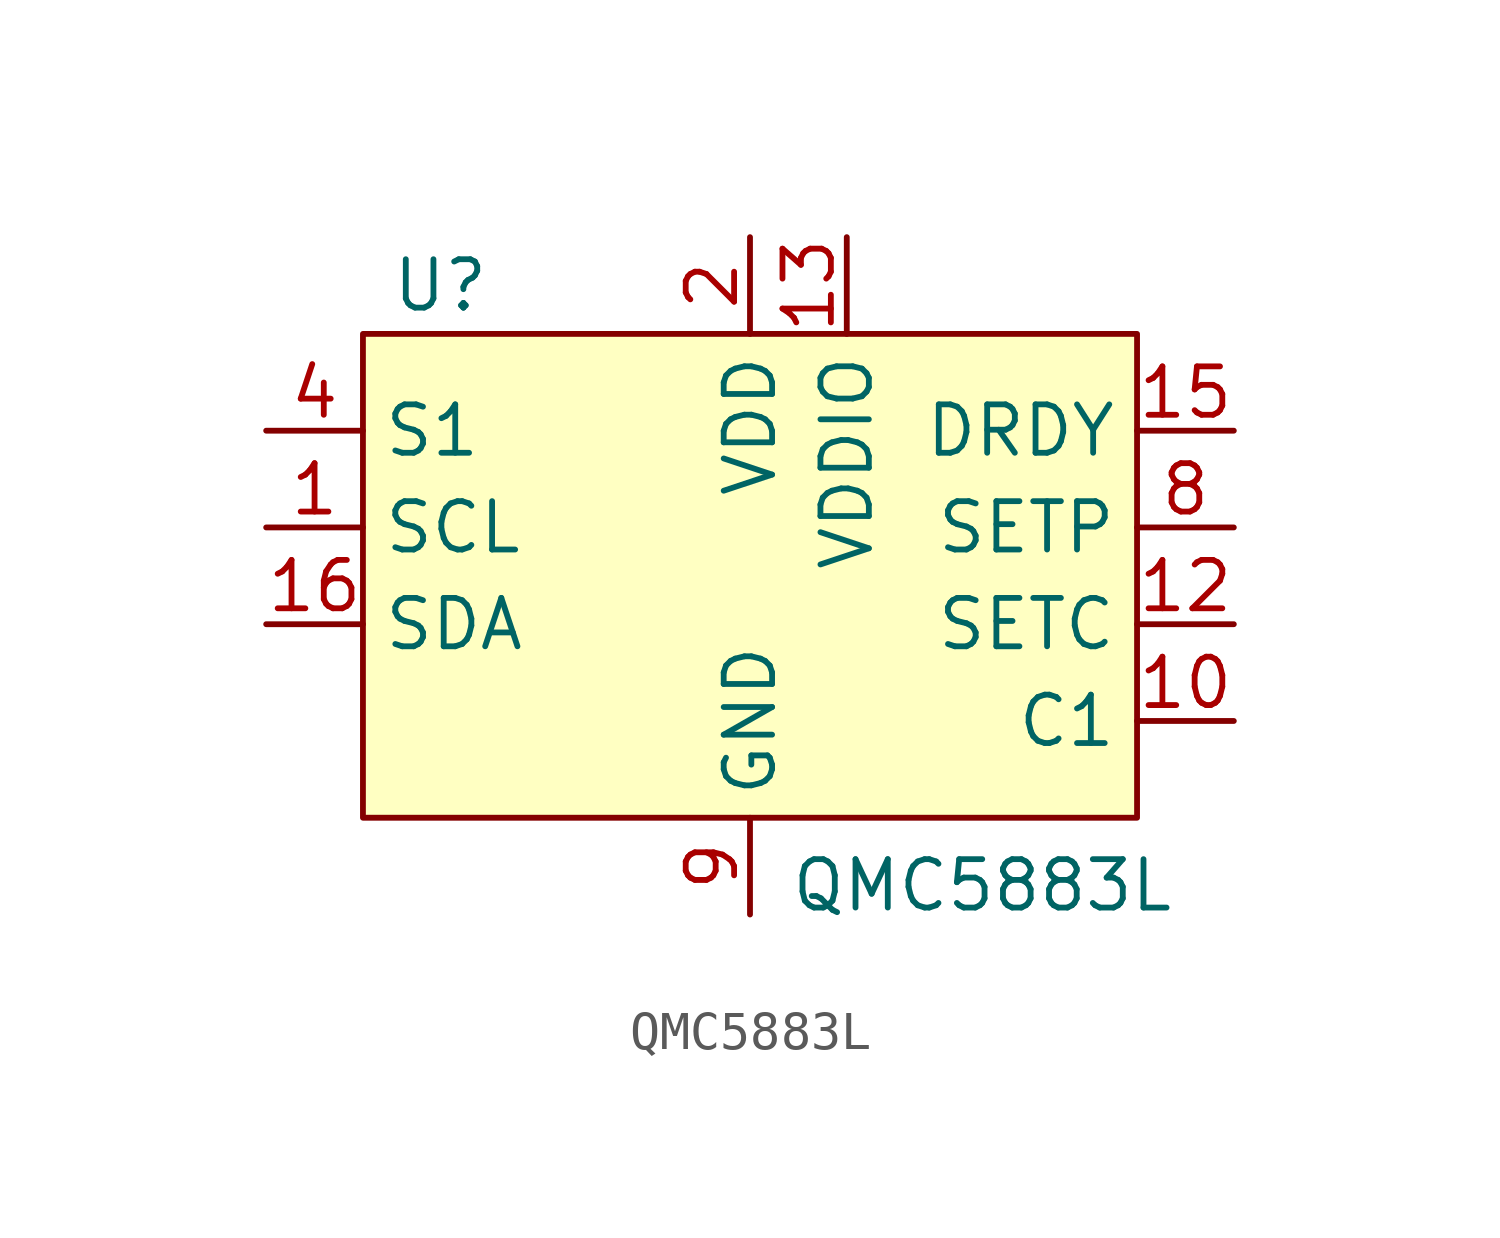
<source format=kicad_sym>
(kicad_symbol_lib
  (version 20241209)
  (generator "kicad_symbol_editor")
  (generator_version "9.0")
  (symbol "QMC5883L"
    (property "Reference" "U"
      (at -8.128 7.62 0)
      (effects (font (size 1.27 1.27))))
    (property "Value" "QMC5883L"
      (at 6.096 -8.128 0)
      (effects (font (size 1.27 1.27))))
    (symbol "QMC5883L_1_1"
      (rectangle (start -10.16 6.35) (end 10.16 -6.35) (stroke (width 0) (type default)) (fill (type background)))
      (pin input line (at -12.7 3.81 0) (length 2.54) (name "S1" (effects (font (size 1.27 1.27)))) (number "4" (effects (font (size 1.27 1.27)))))
      (pin input line (at -12.7 1.27 0) (length 2.54) (name "SCL" (effects (font (size 1.27 1.27)))) (number "1" (effects (font (size 1.27 1.27)))))
      (pin input line (at -12.7 -1.27 0) (length 2.54) (name "SDA" (effects (font (size 1.27 1.27)))) (number "16" (effects (font (size 1.27 1.27)))))
      (pin power_in line (at 0 8.89 270) (length 2.54) (name "VDD" (effects (font (size 1.27 1.27)))) (number "2" (effects (font (size 1.27 1.27)))))
      (pin power_in line (at 0 -8.89 90) (length 2.54) (hide yes) (name "GND" (effects (font (size 1.27 1.27)))) (number "11" (effects (font (size 1.27 1.27)))))
      (pin power_in line (at 0 -8.89 90) (length 2.54) (name "GND" (effects (font (size 1.27 1.27)))) (number "9" (effects (font (size 1.27 1.27)))))
      (pin power_in line (at 2.54 8.89 270) (length 2.54) (name "VDDIO" (effects (font (size 1.27 1.27)))) (number "13" (effects (font (size 1.27 1.27)))))
      (pin no_connect line (at 3.81 -8.89 90) (length 2.54) (hide yes) (name "NC" (effects (font (size 1.27 1.27)))) (number "3" (effects (font (size 1.27 1.27)))))
      (pin no_connect line (at 5.08 -8.89 90) (length 2.54) (hide yes) (name "NC" (effects (font (size 1.27 1.27)))) (number "7" (effects (font (size 1.27 1.27)))))
      (pin no_connect line (at 6.35 -8.89 90) (length 2.54) (hide yes) (name "NC" (effects (font (size 1.27 1.27)))) (number "6" (effects (font (size 1.27 1.27)))))
      (pin no_connect line (at 7.62 -8.89 90) (length 2.54) (hide yes) (name "NC" (effects (font (size 1.27 1.27)))) (number "14" (effects (font (size 1.27 1.27)))))
      (pin no_connect line (at 8.89 -8.89 90) (length 2.54) (hide yes) (name "NC" (effects (font (size 1.27 1.27)))) (number "5" (effects (font (size 1.27 1.27)))))
      (pin output line (at 12.7 3.81 180) (length 2.54) (name "DRDY" (effects (font (size 1.27 1.27)))) (number "15" (effects (font (size 1.27 1.27)))))
      (pin bidirectional line (at 12.7 1.27 180) (length 2.54) (name "SETP" (effects (font (size 1.27 1.27)))) (number "8" (effects (font (size 1.27 1.27)))))
      (pin bidirectional line (at 12.7 -1.27 180) (length 2.54) (name "SETC" (effects (font (size 1.27 1.27)))) (number "12" (effects (font (size 1.27 1.27)))))
      (pin input line (at 12.7 -3.81 180) (length 2.54) (name "C1" (effects (font (size 1.27 1.27)))) (number "10" (effects (font (size 1.27 1.27))))))))
</source>
